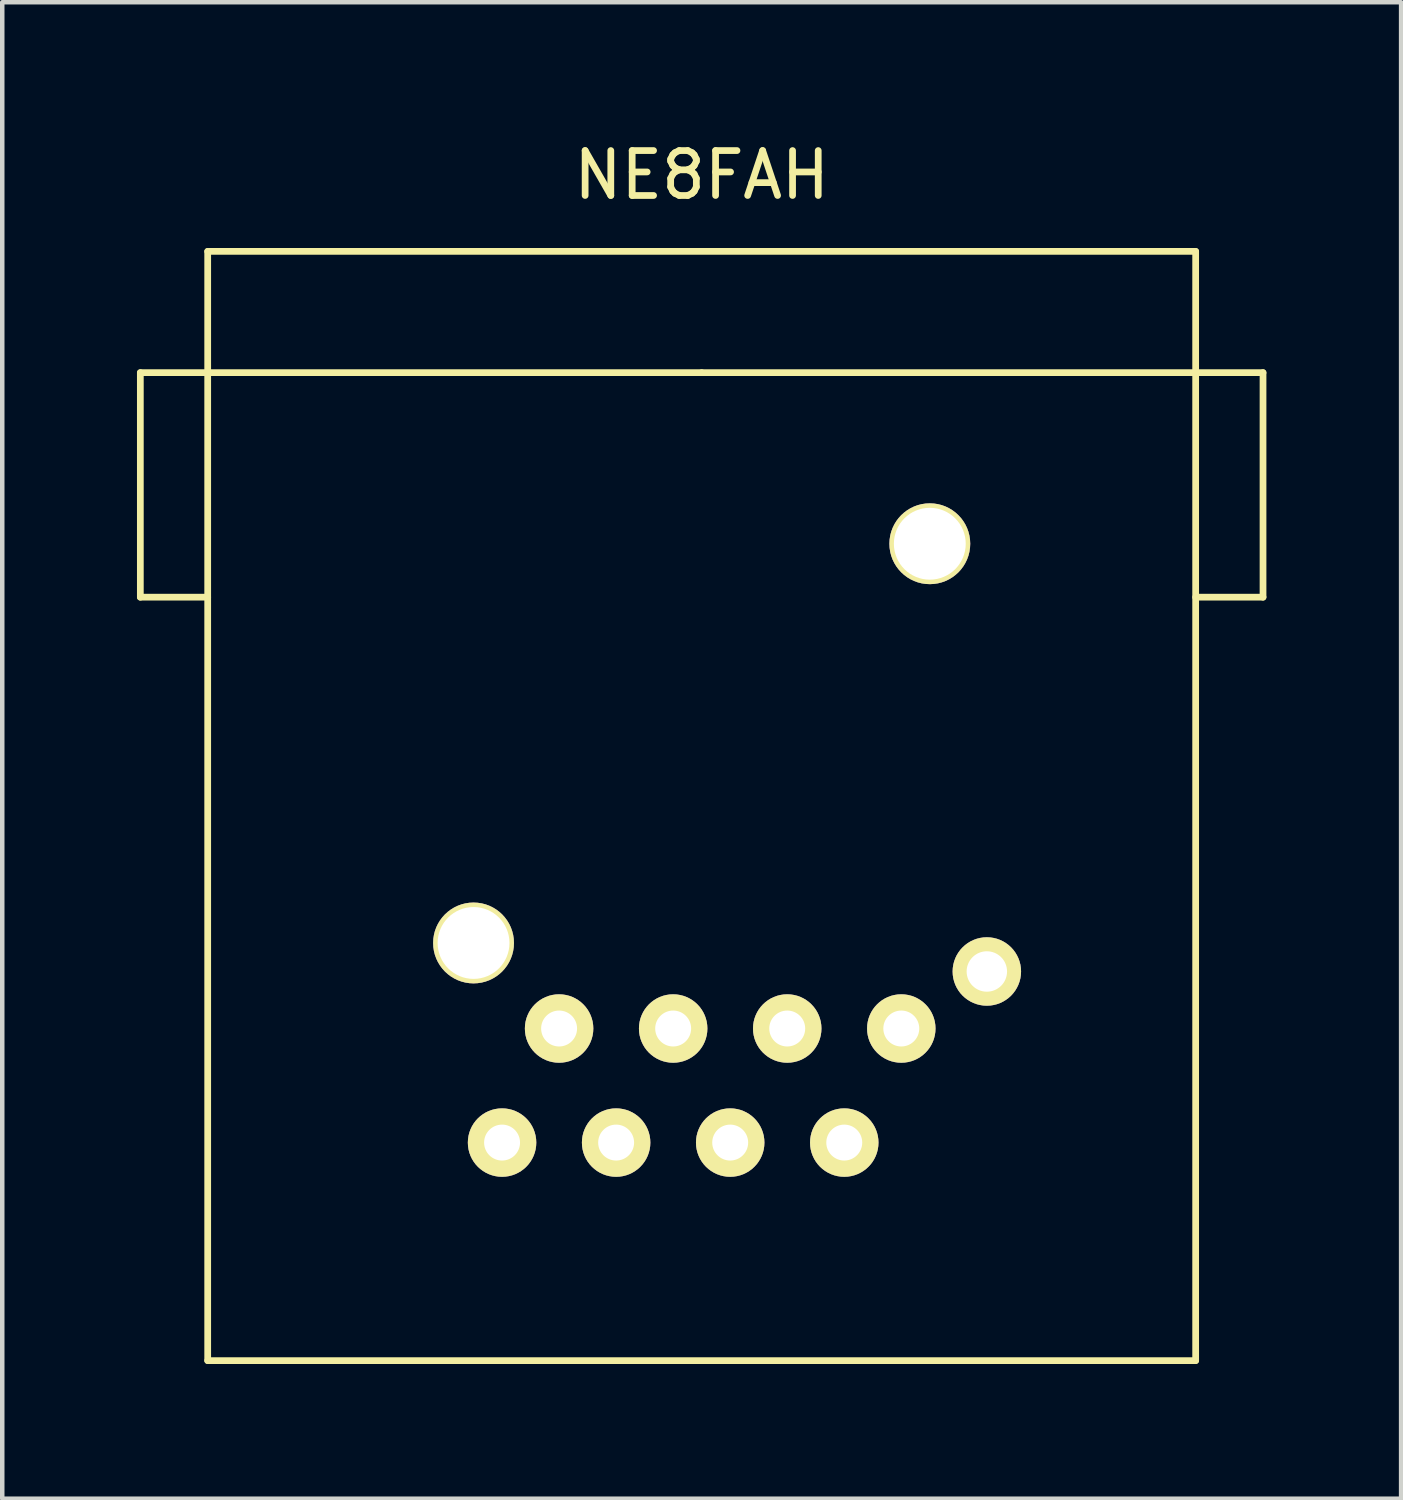
<source format=kicad_pcb>
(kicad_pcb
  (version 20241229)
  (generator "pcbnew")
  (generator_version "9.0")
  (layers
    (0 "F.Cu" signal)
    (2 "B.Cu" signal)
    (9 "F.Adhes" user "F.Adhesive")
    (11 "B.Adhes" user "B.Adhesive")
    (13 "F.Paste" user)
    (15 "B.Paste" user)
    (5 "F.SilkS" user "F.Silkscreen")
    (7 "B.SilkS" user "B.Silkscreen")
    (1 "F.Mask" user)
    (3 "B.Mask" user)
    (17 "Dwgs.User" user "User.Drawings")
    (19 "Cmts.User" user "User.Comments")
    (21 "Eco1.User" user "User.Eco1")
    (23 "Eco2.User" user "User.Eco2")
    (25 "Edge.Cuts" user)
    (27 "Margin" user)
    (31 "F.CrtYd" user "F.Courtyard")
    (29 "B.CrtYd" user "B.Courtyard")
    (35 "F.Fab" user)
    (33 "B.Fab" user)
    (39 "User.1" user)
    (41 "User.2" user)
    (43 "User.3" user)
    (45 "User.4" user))
  (footprint "NE8FAH"
    (layer "F.Cu")
    (at 12.575 5.248)
    (property "Reference" "NE8FAH" (at 0 -4.4 0) (layer "F.SilkS") (effects (font (size 1 1) (thickness 0.15))))
    (attr through_hole)
    (fp_line (start -12.5 0) (end -12.5 5) (stroke (width 0.15) (type solid)) (layer "F.SilkS"))
    (fp_line (start -12.5 5) (end -11 5) (stroke (width 0.15) (type solid)) (layer "F.SilkS"))
    (fp_line (start -11 0) (end -12.5 0) (stroke (width 0.15) (type solid)) (layer "F.SilkS"))
    (fp_line (start -11 0) (end -11 -2.7) (stroke (width 0.15) (type solid)) (layer "F.SilkS"))
    (fp_line (start -11 22) (end -11 0) (stroke (width 0.15) (type solid)) (layer "F.SilkS"))
    (fp_line (start 0 0) (end -11 0) (stroke (width 0.15) (type solid)) (layer "F.SilkS"))
    (fp_line (start 0 0) (end 11 0) (stroke (width 0.15) (type solid)) (layer "F.SilkS"))
    (fp_line (start 11 -2.7) (end -11 -2.7) (stroke (width 0.15) (type solid)) (layer "F.SilkS"))
    (fp_line (start 11 0) (end 11 -2.7) (stroke (width 0.15) (type solid)) (layer "F.SilkS"))
    (fp_line (start 11 0) (end 11 22) (stroke (width 0.15) (type solid)) (layer "F.SilkS"))
    (fp_line (start 11 0) (end 12.5 0) (stroke (width 0.15) (type solid)) (layer "F.SilkS"))
    (fp_line (start 11 22) (end -11 22) (stroke (width 0.15) (type solid)) (layer "F.SilkS"))
    (fp_line (start 12.5 0) (end 12.5 5) (stroke (width 0.15) (type solid)) (layer "F.SilkS"))
    (fp_line (start 12.5 5) (end 11 5) (stroke (width 0.15) (type solid)) (layer "F.SilkS"))
    (pad "" np_thru_hole circle (at -5.08 12.7) (size 1.8 1.8) (drill 1.6) (layers "*.Cu" "*.Mask" "F.SilkS"))
    (pad "" np_thru_hole circle (at 5.08 3.81) (size 1.8 1.8) (drill 1.6) (layers "*.Cu" "*.Mask" "F.SilkS"))
    (pad "1" thru_hole circle (at 4.445 14.605) (size 1.524 1.524) (drill 0.8) (layers "*.Cu" "*.Mask" "F.SilkS"))
    (pad "2" thru_hole circle (at 3.175 17.145) (size 1.524 1.524) (drill 0.8) (layers "*.Cu" "*.Mask" "F.SilkS"))
    (pad "3" thru_hole circle (at 1.905 14.605) (size 1.524 1.524) (drill 0.8) (layers "*.Cu" "*.Mask" "F.SilkS"))
    (pad "4" thru_hole circle (at 0.635 17.145) (size 1.524 1.524) (drill 0.8) (layers "*.Cu" "*.Mask" "F.SilkS"))
    (pad "5" thru_hole circle (at -0.635 14.605) (size 1.524 1.524) (drill 0.8) (layers "*.Cu" "*.Mask" "F.SilkS"))
    (pad "6" thru_hole circle (at -1.905 17.145) (size 1.524 1.524) (drill 0.8) (layers "*.Cu" "*.Mask" "F.SilkS"))
    (pad "7" thru_hole circle (at -3.175 14.605) (size 1.524 1.524) (drill 0.8) (layers "*.Cu" "*.Mask" "F.SilkS"))
    (pad "8" thru_hole circle (at -4.445 17.145) (size 1.524 1.524) (drill 0.8) (layers "*.Cu" "*.Mask" "F.SilkS"))
    (pad "G" thru_hole circle (at 6.35 13.335) (size 1.524 1.524) (drill 0.9) (layers "*.Cu" "*.Mask" "F.SilkS")))
  (gr_rect
    (start -3 -3)
    (end 28.15 30.323)
    (stroke (width 0.1) (type default))
    (fill no)
    (layer "Edge.Cuts")))
</source>
